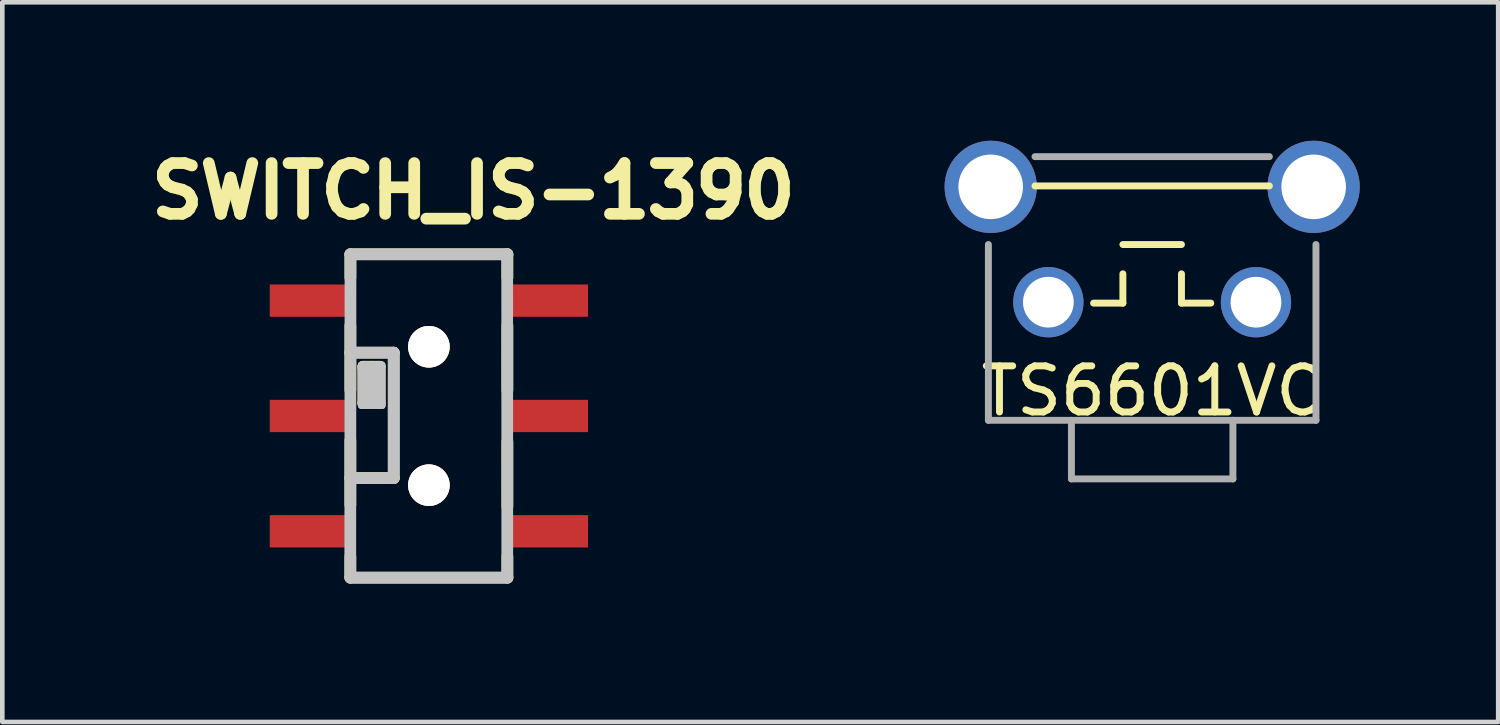
<source format=kicad_pcb>
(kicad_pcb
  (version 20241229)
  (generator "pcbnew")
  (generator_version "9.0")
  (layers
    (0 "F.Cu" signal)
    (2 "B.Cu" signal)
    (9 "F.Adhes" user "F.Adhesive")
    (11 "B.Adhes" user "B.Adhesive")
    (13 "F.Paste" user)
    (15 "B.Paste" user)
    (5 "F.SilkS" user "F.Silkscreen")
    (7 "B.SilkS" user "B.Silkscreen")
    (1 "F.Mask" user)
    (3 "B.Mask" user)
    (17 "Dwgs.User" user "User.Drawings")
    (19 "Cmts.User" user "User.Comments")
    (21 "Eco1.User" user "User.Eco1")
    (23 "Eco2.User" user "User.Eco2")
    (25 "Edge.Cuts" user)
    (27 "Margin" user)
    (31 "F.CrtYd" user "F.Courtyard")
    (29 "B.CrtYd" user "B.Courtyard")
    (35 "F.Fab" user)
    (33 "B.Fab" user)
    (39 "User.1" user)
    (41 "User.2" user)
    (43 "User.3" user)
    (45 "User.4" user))
  (footprint "SWITCH_IS-1390"
    (layer "F.Cu")
    (at 6.246 5.966)
    (property "Reference" "SWITCH_IS-1390" (at 0.965 -4.877 0) (layer "F.SilkS") (effects (font (size 1.1 1.1) (thickness 0.254))))
    (attr smd)
    (fp_line (start -1.702 -3.505) (end -1.702 -2.997) (stroke (width 0.254) (type solid)) (layer "F.SilkS"))
    (fp_line (start -1.702 -3.505) (end 1.702 -3.505) (stroke (width 0.254) (type solid)) (layer "F.SilkS"))
    (fp_line (start -1.702 -1.956) (end -1.702 -0.559) (stroke (width 0.254) (type solid)) (layer "F.SilkS"))
    (fp_line (start -1.702 -1.372) (end -0.762 -1.372) (stroke (width 0.254) (type solid)) (layer "F.SilkS"))
    (fp_line (start -1.702 0.533) (end -1.702 1.93) (stroke (width 0.254) (type solid)) (layer "F.SilkS"))
    (fp_line (start -1.702 3.505) (end -1.702 3.048) (stroke (width 0.254) (type solid)) (layer "F.SilkS"))
    (fp_line (start -1.702 3.505) (end 1.702 3.505) (stroke (width 0.254) (type solid)) (layer "F.SilkS"))
    (fp_line (start -1.422 -1.067) (end -1.422 -0.279) (stroke (width 0.254) (type solid)) (layer "F.SilkS"))
    (fp_line (start -1.422 -1.067) (end -1.067 -1.067) (stroke (width 0.254) (type solid)) (layer "F.SilkS"))
    (fp_line (start -1.422 -0.279) (end -1.067 -0.279) (stroke (width 0.254) (type solid)) (layer "F.SilkS"))
    (fp_line (start -1.245 -1.067) (end -1.245 -0.279) (stroke (width 0.254) (type solid)) (layer "F.SilkS"))
    (fp_line (start -1.067 -1.067) (end -1.067 -0.279) (stroke (width 0.254) (type solid)) (layer "F.SilkS"))
    (fp_line (start -0.762 -1.372) (end -0.762 1.346) (stroke (width 0.254) (type solid)) (layer "F.SilkS"))
    (fp_line (start -0.762 1.346) (end -1.702 1.346) (stroke (width 0.254) (type solid)) (layer "F.SilkS"))
    (fp_line (start 1.702 -3.505) (end 1.702 -2.997) (stroke (width 0.254) (type solid)) (layer "F.SilkS"))
    (fp_line (start 1.702 -1.956) (end 1.702 -0.559) (stroke (width 0.254) (type solid)) (layer "F.SilkS"))
    (fp_line (start 1.702 0.559) (end 1.702 1.956) (stroke (width 0.254) (type solid)) (layer "F.SilkS"))
    (fp_line (start 1.702 3.505) (end 1.702 3.048) (stroke (width 0.254) (type solid)) (layer "F.SilkS"))
    (fp_line (start -1.702 -3.505) (end 1.702 -3.505) (stroke (width 0.254) (type solid)) (layer "Dwgs.User"))
    (fp_line (start -1.702 -1.372) (end -0.787 -1.372) (stroke (width 0.254) (type solid)) (layer "Dwgs.User"))
    (fp_line (start -1.702 1.346) (end -0.762 1.346) (stroke (width 0.254) (type solid)) (layer "Dwgs.User"))
    (fp_line (start -1.702 3.505) (end 1.702 3.505) (stroke (width 0.254) (type solid)) (layer "Dwgs.User"))
    (fp_line (start -1.699 -3.493) (end -1.704 3.459) (stroke (width 0.254) (type solid)) (layer "Dwgs.User"))
    (fp_line (start -1.468 -1.074) (end -1.445 -0.363) (stroke (width 0.15) (type solid)) (layer "Dwgs.User"))
    (fp_line (start -1.463 -0.226) (end -1.463 -1.105) (stroke (width 0.15) (type solid)) (layer "Dwgs.User"))
    (fp_line (start -1.46 -1.11) (end -1.021 -1.11) (stroke (width 0.15) (type solid)) (layer "Dwgs.User"))
    (fp_line (start -1.46 -0.323) (end -1.021 -0.323) (stroke (width 0.15) (type solid)) (layer "Dwgs.User"))
    (fp_line (start -1.369 -1.105) (end -1.369 -0.226) (stroke (width 0.15) (type solid)) (layer "Dwgs.User"))
    (fp_line (start -1.364 -1.067) (end -1.344 -0.318) (stroke (width 0.15) (type solid)) (layer "Dwgs.User"))
    (fp_line (start -1.323 -1.072) (end -1.316 -0.32) (stroke (width 0.15) (type solid)) (layer "Dwgs.User"))
    (fp_line (start -1.29 -1.074) (end -1.267 -0.363) (stroke (width 0.15) (type solid)) (layer "Dwgs.User"))
    (fp_line (start -1.245 -0.356) (end -1.245 -0.305) (stroke (width 0.254) (type solid)) (layer "Dwgs.User"))
    (fp_line (start -1.191 -1.105) (end -1.191 -0.226) (stroke (width 0.15) (type solid)) (layer "Dwgs.User"))
    (fp_line (start -1.186 -1.067) (end -1.166 -0.318) (stroke (width 0.15) (type solid)) (layer "Dwgs.User"))
    (fp_line (start -1.113 -1.074) (end -1.09 -0.363) (stroke (width 0.15) (type solid)) (layer "Dwgs.User"))
    (fp_line (start -1.013 -1.105) (end -1.013 -0.226) (stroke (width 0.15) (type solid)) (layer "Dwgs.User"))
    (fp_line (start -1.013 -0.226) (end -1.463 -0.226) (stroke (width 0.15) (type solid)) (layer "Dwgs.User"))
    (fp_line (start -0.762 -1.372) (end -0.762 1.346) (stroke (width 0.254) (type solid)) (layer "Dwgs.User"))
    (fp_line (start 1.699 3.485) (end 1.697 -3.508) (stroke (width 0.254) (type solid)) (layer "Dwgs.User"))
    (pad "1" smd rect (at -2.6 -2.5) (size 1.7 0.7) (layers "F.Cu" "F.Mask" "F.Paste"))
    (pad "2" smd rect (at -2.6 0) (size 1.7 0.7) (layers "F.Cu" "F.Mask" "F.Paste"))
    (pad "3" smd rect (at -2.6 2.5) (size 1.7 0.7) (layers "F.Cu" "F.Mask" "F.Paste"))
    (pad "4" smd rect (at 2.6 -2.5) (size 1.7 0.7) (layers "F.Cu" "F.Mask" "F.Paste"))
    (pad "5" smd rect (at 2.6 0) (size 1.7 0.7) (layers "F.Cu" "F.Mask" "F.Paste"))
    (pad "6" smd rect (at 2.6 2.5) (size 1.7 0.7) (layers "F.Cu" "F.Mask" "F.Paste"))
    (pad "7" thru_hole circle (at 0 -1.5) (size 0.9 0.9) (drill 0.9) (layers "*.Cu" "*.Mask" "F.SilkS"))
    (pad "8" thru_hole circle (at 0 1.5) (size 0.9 0.9) (drill 0.9) (layers "*.Cu" "*.Mask" "F.SilkS")))
  (footprint "TS6601VC"
    (layer "F.Cu")
    (at 21.923 2.25)
    (property "Reference" "TS6601VC" (at 0 3.175 0) (layer "F.SilkS") (effects (font (size 1 1) (thickness 0.15))))
    (attr smd)
    (fp_line (start -2.54 -1.27) (end 2.54 -1.27) (stroke (width 0.15) (type solid)) (layer "F.SilkS"))
    (fp_line (start -1.27 1.27) (end -0.635 1.27) (stroke (width 0.15) (type solid)) (layer "F.SilkS"))
    (fp_line (start -0.635 0) (end 0.635 0) (stroke (width 0.15) (type solid)) (layer "F.SilkS"))
    (fp_line (start -0.635 1.27) (end -0.635 0.635) (stroke (width 0.15) (type solid)) (layer "F.SilkS"))
    (fp_line (start 0.635 0.635) (end 0.635 1.27) (stroke (width 0.15) (type solid)) (layer "F.SilkS"))
    (fp_line (start 0.635 1.27) (end 1.27 1.27) (stroke (width 0.15) (type solid)) (layer "F.SilkS"))
    (fp_line (start -3.55 3.81) (end -3.55 0) (stroke (width 0.15) (type solid)) (layer "F.Fab"))
    (fp_line (start -2.54 -1.905) (end 2.54 -1.905) (stroke (width 0.15) (type solid)) (layer "F.Fab"))
    (fp_line (start -1.75 3.81) (end -1.75 5.08) (stroke (width 0.15) (type solid)) (layer "F.Fab"))
    (fp_line (start -1.75 5.08) (end 1.75 5.08) (stroke (width 0.15) (type solid)) (layer "F.Fab"))
    (fp_line (start 1.75 5.08) (end 1.75 3.81) (stroke (width 0.15) (type solid)) (layer "F.Fab"))
    (fp_line (start 3.55 0) (end 3.55 3.81) (stroke (width 0.15) (type solid)) (layer "F.Fab"))
    (fp_line (start 3.55 3.81) (end -3.55 3.81) (stroke (width 0.15) (type solid)) (layer "F.Fab"))
    (pad "1" thru_hole circle (at -2.25 1.25) (size 1.524 1.524) (drill 1.1) (layers "*.Cu" "*.Mask"))
    (pad "2" thru_hole circle (at 2.25 1.25) (size 1.524 1.524) (drill 1.1) (layers "*.Cu" "*.Mask"))
    (pad "3" thru_hole circle (at -3.5 -1.25) (size 2 2) (drill 1.4) (layers "*.Cu" "*.Mask"))
    (pad "3" thru_hole circle (at 3.5 -1.25) (size 2 2) (drill 1.4) (layers "*.Cu" "*.Mask")))
  (gr_rect
    (start -3 -3)
    (end 29.423 12.598)
    (stroke (width 0.1) (type default))
    (fill no)
    (layer "Edge.Cuts")))
</source>
